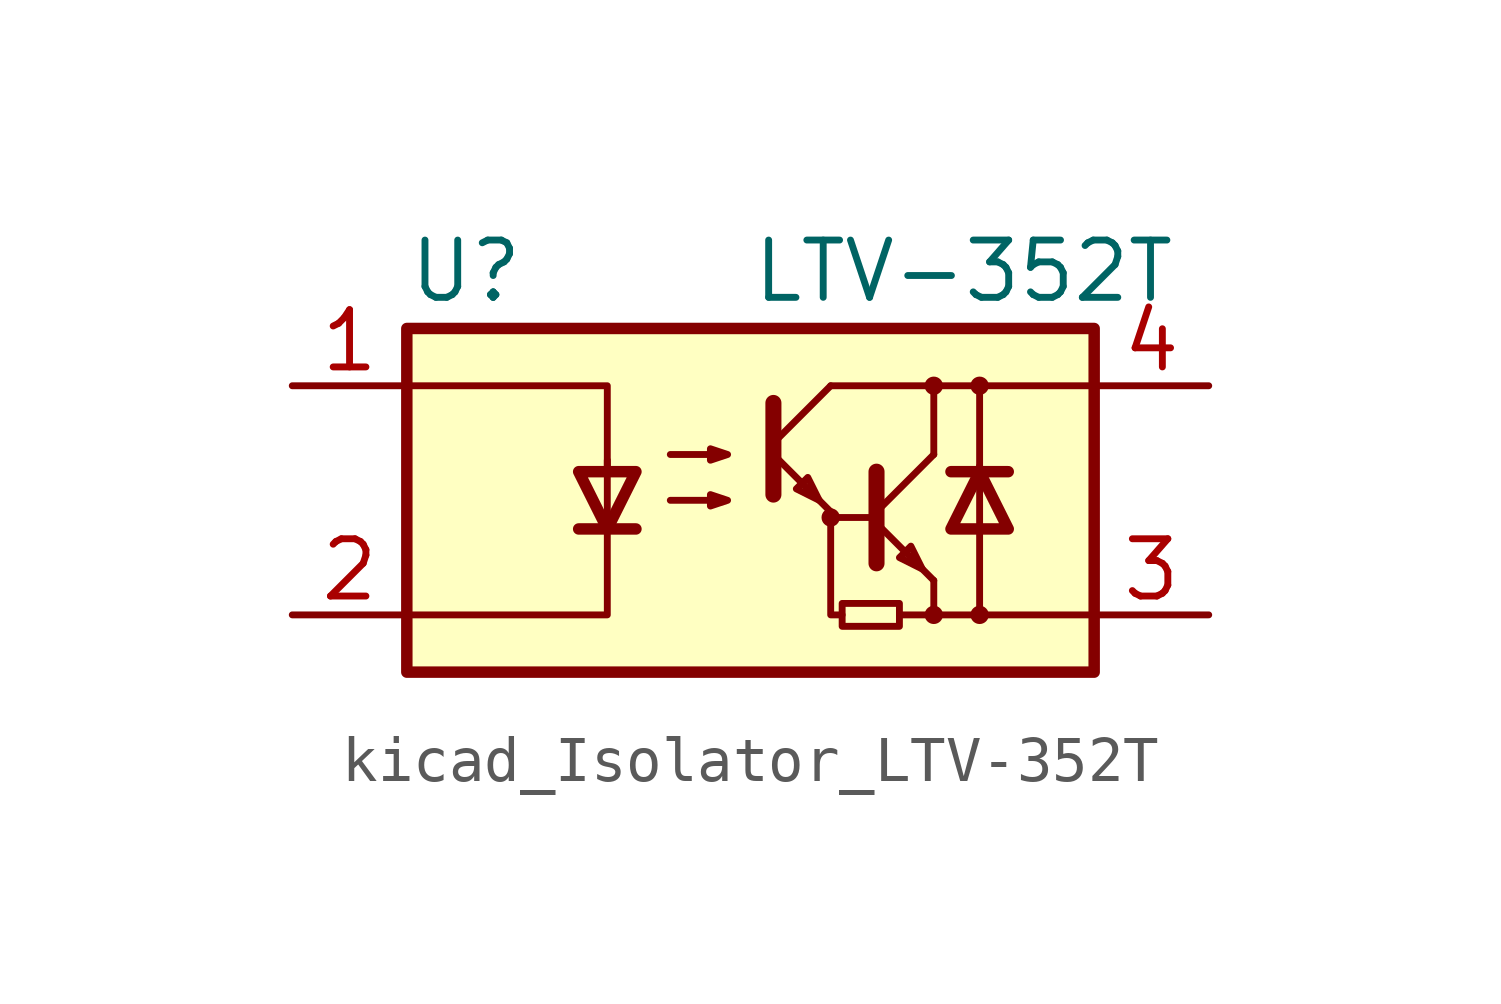
<source format=kicad_sym>
(kicad_symbol_lib
  (version 20220914)
  (generator kicad_symbol_editor)
  (symbol "kicad_Isolator_LTV-352T"
    (pin_names
      (offset 1.016))
    (property "Reference" "U"
      (at -7.62 5.08 0)
      (effects (font (size 1.27 1.27)) (justify left)))
    (property "Value" "LTV-352T"
      (at 0 5.08 0)
      (effects (font (size 1.27 1.27)) (justify left)))
    (symbol "kicad_Isolator_LTV-352T_0_0"
      (polyline (pts (xy 4.064 -2.54) (xy 3.302 -2.54)) (stroke (width 0) (type default)) (fill (type none)))
      (polyline (pts (xy 1.778 -0.254) (xy 1.778 -2.54) (xy 2.032 -2.54)) (stroke (width 0) (type default)) (fill (type none)))
      (rectangle (start 2.032 -2.286) (end 3.302 -2.794) (stroke (width 0) (type default)) (fill (type none))))
    (symbol "kicad_Isolator_LTV-352T_0_1"
      (rectangle (start -7.62 3.81) (end 7.62 -3.81) (stroke (width 0.254) (type default)) (fill (type background)))
      (polyline (pts (xy -3.81 -0.635) (xy -2.54 -0.635)) (stroke (width 0.254) (type default)) (fill (type none)))
      (polyline (pts (xy 0.508 1.016) (xy 1.778 -0.254)) (stroke (width 0) (type default)) (fill (type none)))
      (polyline (pts (xy 0.508 1.27) (xy 1.778 2.54)) (stroke (width 0) (type default)) (fill (type none)))
      (polyline (pts (xy 0.508 2.159) (xy 0.508 0.127)) (stroke (width 0.356) (type default)) (fill (type none)))
      (polyline (pts (xy 1.778 2.54) (xy 7.62 2.54)) (stroke (width 0) (type default)) (fill (type none)))
      (polyline (pts (xy 2.794 -0.508) (xy 4.064 -1.778)) (stroke (width 0) (type default)) (fill (type none)))
      (polyline (pts (xy 2.794 -0.381) (xy 1.778 -0.381)) (stroke (width 0) (type default)) (fill (type none)))
      (polyline (pts (xy 2.794 -0.254) (xy 4.064 1.016)) (stroke (width 0) (type default)) (fill (type none)))
      (polyline (pts (xy 4.064 -2.54) (xy 7.62 -2.54)) (stroke (width 0) (type default)) (fill (type none)))
      (polyline (pts (xy 4.064 -1.778) (xy 4.064 -2.54)) (stroke (width 0) (type default)) (fill (type none)))
      (polyline (pts (xy 4.064 1.016) (xy 4.064 2.54)) (stroke (width 0) (type default)) (fill (type none)))
      (polyline (pts (xy 4.445 0.635) (xy 5.715 0.635)) (stroke (width 0.254) (type default)) (fill (type none)))
      (polyline (pts (xy 5.08 0.635) (xy 5.08 2.54)) (stroke (width 0) (type default)) (fill (type none)))
      (polyline (pts (xy 5.08 0.762) (xy 5.08 -2.54)) (stroke (width 0) (type default)) (fill (type none)))
      (polyline (pts (xy -7.62 2.54) (xy -3.175 2.54) (xy -3.175 0.635)) (stroke (width 0) (type default)) (fill (type none)))
      (polyline (pts (xy -3.175 0.889) (xy -3.175 -2.54) (xy -7.62 -2.54)) (stroke (width 0) (type default)) (fill (type none)))
      (polyline (pts (xy 2.794 0.635) (xy 2.794 -1.397) (xy 2.794 -1.397)) (stroke (width 0.356) (type default)) (fill (type none)))
      (polyline (pts (xy -3.175 -0.635) (xy -3.81 0.635) (xy -2.54 0.635) (xy -3.175 -0.635)) (stroke (width 0.254) (type default)) (fill (type none)))
      (polyline (pts (xy 1.524 0) (xy 1.27 0.508) (xy 1.016 0.254) (xy 1.524 0)) (stroke (width 0) (type default)) (fill (type none)))
      (polyline (pts (xy 3.81 -1.524) (xy 3.556 -1.016) (xy 3.302 -1.27) (xy 3.81 -1.524)) (stroke (width 0) (type default)) (fill (type none)))
      (polyline (pts (xy 5.08 0.635) (xy 4.445 -0.635) (xy 5.715 -0.635) (xy 5.08 0.635)) (stroke (width 0.254) (type default)) (fill (type none)))
      (polyline (pts (xy -1.778 0) (xy -0.508 0) (xy -0.889 -0.127) (xy -0.889 0.127) (xy -0.508 0)) (stroke (width 0) (type default)) (fill (type none)))
      (polyline (pts (xy -1.778 1.016) (xy -0.508 1.016) (xy -0.889 0.889) (xy -0.889 1.143) (xy -0.508 1.016)) (stroke (width 0) (type default)) (fill (type none)))
      (circle (center 1.778 -0.381) (radius 0.127) (stroke (width 0) (type default)) (fill (type none)))
      (circle (center 4.064 -2.54) (radius 0.127) (stroke (width 0) (type default)) (fill (type none)))
      (circle (center 4.064 2.54) (radius 0.127) (stroke (width 0) (type default)) (fill (type none)))
      (circle (center 5.08 -2.54) (radius 0.127) (stroke (width 0) (type default)) (fill (type none)))
      (circle (center 5.08 2.54) (radius 0.127) (stroke (width 0) (type default)) (fill (type none))))
    (symbol "kicad_Isolator_LTV-352T_1_1"
      (pin passive line (at -10.16 2.54 0) (length 2.54) (name "~" (effects (font (size 1.27 1.27)))) (number "1" (effects (font (size 1.27 1.27)))))
      (pin passive line (at -10.16 -2.54 0) (length 2.54) (name "~" (effects (font (size 1.27 1.27)))) (number "2" (effects (font (size 1.27 1.27)))))
      (pin passive line (at 10.16 -2.54 180) (length 2.54) (name "~" (effects (font (size 1.27 1.27)))) (number "3" (effects (font (size 1.27 1.27)))))
      (pin passive line (at 10.16 2.54 180) (length 2.54) (name "~" (effects (font (size 1.27 1.27)))) (number "4" (effects (font (size 1.27 1.27))))))))
</source>
